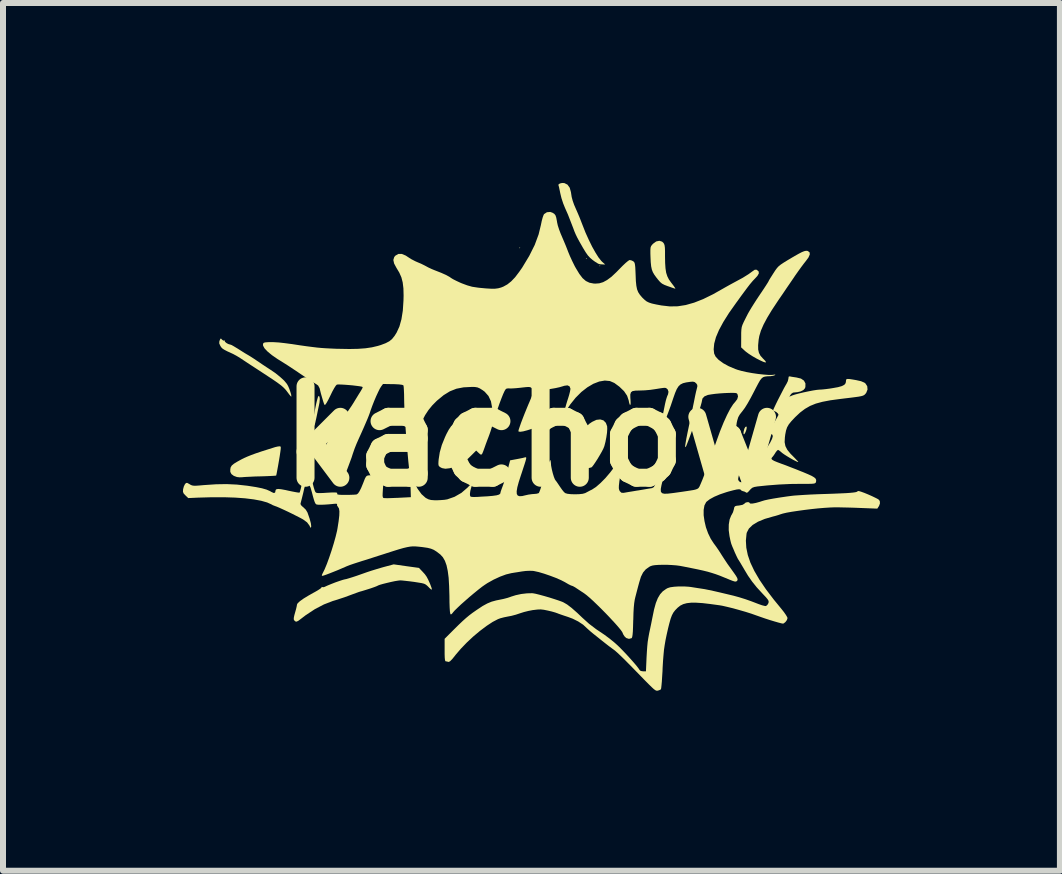
<source format=kicad_pcb>
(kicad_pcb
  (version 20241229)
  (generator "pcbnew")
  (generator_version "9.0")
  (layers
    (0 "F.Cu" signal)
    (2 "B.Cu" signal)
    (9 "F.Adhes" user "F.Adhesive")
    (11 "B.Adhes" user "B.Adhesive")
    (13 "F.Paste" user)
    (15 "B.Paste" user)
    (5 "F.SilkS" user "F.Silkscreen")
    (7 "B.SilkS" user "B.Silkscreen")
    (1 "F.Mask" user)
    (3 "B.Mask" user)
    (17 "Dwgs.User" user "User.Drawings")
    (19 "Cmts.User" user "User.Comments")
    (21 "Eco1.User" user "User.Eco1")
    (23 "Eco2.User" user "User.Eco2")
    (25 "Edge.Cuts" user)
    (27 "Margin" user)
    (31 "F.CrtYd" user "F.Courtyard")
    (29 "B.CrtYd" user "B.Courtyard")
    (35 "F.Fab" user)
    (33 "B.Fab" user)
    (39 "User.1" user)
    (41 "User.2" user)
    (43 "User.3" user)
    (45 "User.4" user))
  (footprint "kachow"
    (layer "F.Cu")
    (at 5.817 4.225)
    (property "Reference" "kachow" (at 0 0 0) (layer "F.SilkS") (effects (font (size 1.524 1.524) (thickness 0.3))))
    (attr board_only exclude_from_pos_files exclude_from_bom)
    (fp_poly (pts (xy -0.195 -3.143) (xy -0.203 -3.136) (xy -0.21 -3.143) (xy -0.203 -3.151)) (stroke (width 0) (type solid)) (fill yes) (layer "F.SilkS"))
    (fp_poly (pts (xy 0.915 -2.963) (xy 0.908 -2.956) (xy 0.9 -2.963) (xy 0.908 -2.971)) (stroke (width 0) (type solid)) (fill yes) (layer "F.SilkS"))
    (fp_poly (pts (xy 1.14 -2.843) (xy 1.133 -2.836) (xy 1.125 -2.843) (xy 1.133 -2.851)) (stroke (width 0) (type solid)) (fill yes) (layer "F.SilkS"))
    (fp_poly (pts (xy 3.579 -0.161) (xy 3.581 -0.142) (xy 3.574 -0.107) (xy 3.56 -0.07) (xy 3.544 -0.042) (xy 3.537 -0.035) (xy 3.528 -0.039) (xy 3.528 -0.069) (xy 3.53 -0.083) (xy 3.542 -0.129) (xy 3.558 -0.158) (xy 3.575 -0.164)) (stroke (width 0) (type solid)) (fill yes) (layer "F.SilkS"))
    (fp_poly (pts (xy -2.505 0.061) (xy -2.504 0.068) (xy -2.499 0.104) (xy -2.495 0.159) (xy -2.493 0.224) (xy -2.492 0.241) (xy -2.49 0.37) (xy -2.566 0.372) (xy -2.613 0.37) (xy -2.636 0.362) (xy -2.641 0.352) (xy -2.635 0.33) (xy -2.62 0.287) (xy -2.598 0.23) (xy -2.577 0.177) (xy -2.549 0.111) (xy -2.53 0.069) (xy -2.518 0.049) (xy -2.511 0.048)) (stroke (width 0) (type solid)) (fill yes) (layer "F.SilkS"))
    (fp_poly (pts (xy -3.541 -0.662) (xy -3.536 -0.623) (xy -3.541 -0.564) (xy -3.551 -0.514) (xy -3.565 -0.448) (xy -3.581 -0.369) (xy -3.597 -0.292) (xy -3.599 -0.285) (xy -3.612 -0.225) (xy -3.622 -0.19) (xy -3.63 -0.177) (xy -3.638 -0.182) (xy -3.642 -0.188) (xy -3.649 -0.214) (xy -3.649 -0.255) (xy -3.64 -0.317) (xy -3.636 -0.338) (xy -3.614 -0.455) (xy -3.595 -0.549) (xy -3.578 -0.618) (xy -3.565 -0.661) (xy -3.556 -0.675)) (stroke (width 0) (type solid)) (fill yes) (layer "F.SilkS"))
    (fp_poly (pts (xy 1.193 -0.267) (xy 1.233 -0.226) (xy 1.254 -0.169) (xy 1.256 -0.125) (xy 1.252 -0.061) (xy 1.241 0.014) (xy 1.226 0.091) (xy 1.208 0.161) (xy 1.205 0.169) (xy 1.19 0.206) (xy 1.163 0.258) (xy 1.129 0.317) (xy 1.092 0.379) (xy 1.055 0.436) (xy 1.023 0.482) (xy 1 0.511) (xy 0.994 0.515) (xy 0.965 0.524) (xy 0.92 0.531) (xy 0.872 0.533) (xy 0.835 0.531) (xy 0.833 0.53) (xy 0.784 0.503) (xy 0.745 0.458) (xy 0.727 0.413) (xy 0.723 0.337) (xy 0.733 0.245) (xy 0.757 0.145) (xy 0.792 0.047) (xy 0.812 0.003) (xy 0.853 -0.076) (xy 0.887 -0.133) (xy 0.92 -0.175) (xy 0.955 -0.209) (xy 0.999 -0.239) (xy 1.003 -0.242) (xy 1.075 -0.276) (xy 1.139 -0.283)) (stroke (width 0) (type solid)) (fill yes) (layer "F.SilkS"))
    (fp_poly (pts (xy 2.17 -3.247) (xy 2.192 -3.227) (xy 2.204 -3.208) (xy 2.212 -3.183) (xy 2.217 -3.145) (xy 2.219 -3.09) (xy 2.219 -3.01) (xy 2.219 -3.003) (xy 2.221 -2.89) (xy 2.227 -2.801) (xy 2.238 -2.729) (xy 2.257 -2.67) (xy 2.284 -2.616) (xy 2.322 -2.563) (xy 2.329 -2.554) (xy 2.362 -2.511) (xy 2.384 -2.479) (xy 2.392 -2.463) (xy 2.391 -2.462) (xy 2.371 -2.468) (xy 2.332 -2.481) (xy 2.279 -2.5) (xy 2.266 -2.504) (xy 2.209 -2.526) (xy 2.169 -2.547) (xy 2.137 -2.574) (xy 2.102 -2.614) (xy 2.076 -2.647) (xy 2.041 -2.695) (xy 2.016 -2.738) (xy 1.999 -2.783) (xy 1.988 -2.835) (xy 1.981 -2.903) (xy 1.977 -2.99) (xy 1.975 -3.049) (xy 1.975 -3.108) (xy 1.978 -3.147) (xy 1.987 -3.173) (xy 2.005 -3.196) (xy 2.021 -3.213) (xy 2.072 -3.25) (xy 2.124 -3.261)) (stroke (width 0) (type solid)) (fill yes) (layer "F.SilkS"))
    (fp_poly (pts (xy -4.196 0.166) (xy -4.189 0.172) (xy -4.186 0.187) (xy -4.188 0.215) (xy -4.194 0.26) (xy -4.204 0.328) (xy -4.217 0.406) (xy -4.231 0.487) (xy -4.244 0.558) (xy -4.254 0.612) (xy -4.261 0.645) (xy -4.264 0.653) (xy -4.28 0.655) (xy -4.321 0.658) (xy -4.382 0.661) (xy -4.458 0.664) (xy -4.524 0.666) (xy -4.612 0.668) (xy -4.692 0.672) (xy -4.759 0.675) (xy -4.806 0.678) (xy -4.823 0.68) (xy -4.872 0.682) (xy -4.917 0.677) (xy -4.969 0.658) (xy -5.009 0.628) (xy -5.027 0.593) (xy -5.028 0.589) (xy -5.028 0.547) (xy -5.021 0.513) (xy -5.002 0.484) (xy -4.967 0.455) (xy -4.913 0.422) (xy -4.846 0.385) (xy -4.797 0.36) (xy -4.742 0.336) (xy -4.678 0.31) (xy -4.601 0.282) (xy -4.506 0.25) (xy -4.389 0.213) (xy -4.282 0.179) (xy -4.24 0.169) (xy -4.207 0.165)) (stroke (width 0) (type solid)) (fill yes) (layer "F.SilkS"))
    (fp_poly (pts (xy 0.541 -4.223) (xy 0.593 -4.197) (xy 0.63 -4.146) (xy 0.651 -4.071) (xy 0.652 -4.062) (xy 0.663 -3.992) (xy 0.68 -3.928) (xy 0.704 -3.86) (xy 0.741 -3.775) (xy 0.742 -3.773) (xy 0.769 -3.711) (xy 0.801 -3.634) (xy 0.832 -3.554) (xy 0.846 -3.518) (xy 0.895 -3.394) (xy 0.949 -3.275) (xy 1.004 -3.163) (xy 1.059 -3.065) (xy 1.11 -2.984) (xy 1.157 -2.925) (xy 1.175 -2.907) (xy 1.222 -2.866) (xy 1.177 -2.867) (xy 1.137 -2.87) (xy 1.11 -2.877) (xy 1.087 -2.89) (xy 1.048 -2.915) (xy 1.011 -2.942) (xy 0.971 -2.976) (xy 0.933 -3.017) (xy 0.894 -3.073) (xy 0.848 -3.149) (xy 0.846 -3.153) (xy 0.795 -3.242) (xy 0.757 -3.312) (xy 0.729 -3.37) (xy 0.707 -3.422) (xy 0.691 -3.466) (xy 0.601 -3.698) (xy 0.551 -3.811) (xy 0.521 -3.885) (xy 0.493 -3.971) (xy 0.474 -4.049) (xy 0.474 -4.049) (xy 0.462 -4.107) (xy 0.452 -4.155) (xy 0.444 -4.183) (xy 0.442 -4.186) (xy 0.445 -4.203) (xy 0.469 -4.217) (xy 0.504 -4.225)) (stroke (width 0) (type solid)) (fill yes) (layer "F.SilkS"))
    (fp_poly (pts (xy -5.168 -1.615) (xy -5.145 -1.597) (xy -5.13 -1.599) (xy -5.118 -1.601) (xy -5.122 -1.593) (xy -5.116 -1.577) (xy -5.093 -1.557) (xy -5.061 -1.54) (xy -5.03 -1.531) (xy -5.026 -1.53) (xy -5.006 -1.523) (xy -4.969 -1.502) (xy -4.921 -1.473) (xy -4.909 -1.466) (xy -4.849 -1.428) (xy -4.789 -1.39) (xy -4.74 -1.361) (xy -4.739 -1.361) (xy -4.693 -1.333) (xy -4.634 -1.295) (xy -4.573 -1.254) (xy -4.559 -1.245) (xy -4.495 -1.201) (xy -4.427 -1.156) (xy -4.369 -1.118) (xy -4.361 -1.113) (xy -4.277 -1.056) (xy -4.199 -0.993) (xy -4.132 -0.932) (xy -4.086 -0.877) (xy -4.083 -0.873) (xy -4.064 -0.839) (xy -4.044 -0.793) (xy -4.027 -0.743) (xy -4.014 -0.7) (xy -4.01 -0.67) (xy -4.012 -0.664) (xy -4.023 -0.672) (xy -4.045 -0.699) (xy -4.069 -0.731) (xy -4.093 -0.763) (xy -4.118 -0.792) (xy -4.146 -0.82) (xy -4.182 -0.851) (xy -4.229 -0.886) (xy -4.29 -0.929) (xy -4.368 -0.981) (xy -4.468 -1.047) (xy -4.508 -1.073) (xy -4.595 -1.13) (xy -4.678 -1.184) (xy -4.751 -1.232) (xy -4.81 -1.271) (xy -4.851 -1.298) (xy -4.861 -1.305) (xy -4.915 -1.338) (xy -4.979 -1.373) (xy -5.011 -1.388) (xy -5.079 -1.419) (xy -5.125 -1.443) (xy -5.155 -1.462) (xy -5.176 -1.482) (xy -5.192 -1.506) (xy -5.194 -1.51) (xy -5.212 -1.549) (xy -5.211 -1.582) (xy -5.205 -1.6) (xy -5.193 -1.628) (xy -5.182 -1.631)) (stroke (width 0) (type solid)) (fill yes) (layer "F.SilkS"))
    (fp_poly (pts (xy 4.592 -3.093) (xy 4.602 -3.089) (xy 4.63 -3.067) (xy 4.632 -3.032) (xy 4.61 -2.982) (xy 4.568 -2.925) (xy 4.534 -2.882) (xy 4.489 -2.822) (xy 4.437 -2.75) (xy 4.385 -2.676) (xy 4.372 -2.656) (xy 4.316 -2.574) (xy 4.25 -2.478) (xy 4.182 -2.377) (xy 4.117 -2.283) (xy 4.097 -2.253) (xy 3.999 -2.105) (xy 3.921 -1.976) (xy 3.861 -1.863) (xy 3.818 -1.764) (xy 3.791 -1.674) (xy 3.78 -1.613) (xy 3.771 -1.519) (xy 3.772 -1.448) (xy 3.785 -1.392) (xy 3.81 -1.345) (xy 3.85 -1.3) (xy 3.854 -1.296) (xy 3.89 -1.259) (xy 3.903 -1.237) (xy 3.891 -1.233) (xy 3.856 -1.244) (xy 3.795 -1.272) (xy 3.745 -1.298) (xy 3.68 -1.335) (xy 3.616 -1.376) (xy 3.566 -1.413) (xy 3.552 -1.425) (xy 3.488 -1.484) (xy 3.489 -1.654) (xy 3.489 -1.728) (xy 3.492 -1.782) (xy 3.498 -1.823) (xy 3.51 -1.86) (xy 3.529 -1.903) (xy 3.545 -1.935) (xy 3.574 -1.993) (xy 3.6 -2.044) (xy 3.628 -2.093) (xy 3.659 -2.145) (xy 3.696 -2.204) (xy 3.742 -2.276) (xy 3.8 -2.363) (xy 3.858 -2.449) (xy 3.894 -2.504) (xy 3.923 -2.549) (xy 3.941 -2.579) (xy 3.946 -2.588) (xy 3.953 -2.603) (xy 3.974 -2.638) (xy 4.004 -2.685) (xy 4.026 -2.72) (xy 4.058 -2.769) (xy 4.086 -2.807) (xy 4.114 -2.837) (xy 4.149 -2.865) (xy 4.197 -2.897) (xy 4.262 -2.937) (xy 4.289 -2.953) (xy 4.38 -3.007) (xy 4.45 -3.046) (xy 4.502 -3.073) (xy 4.54 -3.088) (xy 4.569 -3.094)) (stroke (width 0) (type solid)) (fill yes) (layer "F.SilkS"))
    (fp_poly (pts (xy -2.093 2.163) (xy -1.883 2.192) (xy -1.821 2.257) (xy -1.784 2.298) (xy -1.755 2.339) (xy -1.729 2.388) (xy -1.699 2.455) (xy -1.689 2.481) (xy -1.671 2.53) (xy -1.668 2.553) (xy -1.681 2.551) (xy -1.71 2.525) (xy -1.722 2.512) (xy -1.748 2.487) (xy -1.771 2.469) (xy -1.797 2.456) (xy -1.835 2.446) (xy -1.89 2.437) (xy -1.959 2.426) (xy -2.035 2.416) (xy -2.106 2.408) (xy -2.163 2.402) (xy -2.195 2.4) (xy -2.231 2.404) (xy -2.286 2.413) (xy -2.351 2.427) (xy -2.419 2.443) (xy -2.483 2.459) (xy -2.535 2.474) (xy -2.567 2.486) (xy -2.573 2.49) (xy -2.593 2.499) (xy -2.633 2.514) (xy -2.687 2.533) (xy -2.747 2.552) (xy -2.805 2.57) (xy -2.852 2.584) (xy -2.858 2.585) (xy -2.886 2.594) (xy -2.933 2.611) (xy -2.988 2.631) (xy -2.993 2.633) (xy -3.063 2.659) (xy -3.126 2.682) (xy -3.193 2.704) (xy -3.273 2.73) (xy -3.32 2.744) (xy -3.467 2.801) (xy -3.62 2.881) (xy -3.77 2.98) (xy -3.85 3.041) (xy -3.894 3.074) (xy -3.923 3.088) (xy -3.944 3.084) (xy -3.961 3.068) (xy -3.97 3.05) (xy -3.969 3.023) (xy -3.96 2.98) (xy -3.948 2.937) (xy -3.932 2.88) (xy -3.921 2.833) (xy -3.916 2.804) (xy -3.916 2.802) (xy -3.903 2.779) (xy -3.865 2.745) (xy -3.806 2.703) (xy -3.729 2.656) (xy -3.637 2.604) (xy -3.62 2.595) (xy -3.568 2.565) (xy -3.528 2.539) (xy -3.508 2.521) (xy -3.506 2.515) (xy -3.505 2.508) (xy -3.499 2.511) (xy -3.473 2.514) (xy -3.455 2.508) (xy -3.407 2.486) (xy -3.344 2.46) (xy -3.275 2.433) (xy -3.209 2.41) (xy -3.154 2.392) (xy -3.128 2.385) (xy -3.094 2.378) (xy -3.05 2.365) (xy -2.995 2.348) (xy -2.922 2.324) (xy -2.828 2.291) (xy -2.746 2.262) (xy -2.673 2.238) (xy -2.585 2.211) (xy -2.497 2.185) (xy -2.461 2.175) (xy -2.304 2.133)) (stroke (width 0) (type solid)) (fill yes) (layer "F.SilkS"))
    (fp_poly (pts (xy 5.45 0.911) (xy 5.488 0.922) (xy 5.541 0.941) (xy 5.604 0.967) (xy 5.672 0.997) (xy 5.738 1.029) (xy 5.776 1.049) (xy 5.799 1.076) (xy 5.802 1.117) (xy 5.786 1.162) (xy 5.783 1.165) (xy 5.758 1.204) (xy 5.478 1.193) (xy 5.377 1.189) (xy 5.273 1.186) (xy 5.177 1.184) (xy 5.095 1.182) (xy 5.051 1.182) (xy 4.972 1.185) (xy 4.877 1.191) (xy 4.77 1.2) (xy 4.657 1.212) (xy 4.543 1.226) (xy 4.434 1.241) (xy 4.334 1.256) (xy 4.249 1.271) (xy 4.184 1.286) (xy 4.148 1.297) (xy 4.107 1.311) (xy 4.053 1.327) (xy 4.021 1.335) (xy 3.883 1.375) (xy 3.769 1.422) (xy 3.68 1.476) (xy 3.617 1.537) (xy 3.583 1.602) (xy 3.578 1.622) (xy 3.567 1.738) (xy 3.574 1.856) (xy 3.599 1.978) (xy 3.643 2.106) (xy 3.708 2.243) (xy 3.793 2.389) (xy 3.901 2.548) (xy 4.032 2.72) (xy 4.159 2.875) (xy 4.201 2.928) (xy 4.235 2.977) (xy 4.256 3.013) (xy 4.261 3.029) (xy 4.251 3.061) (xy 4.227 3.094) (xy 4.198 3.117) (xy 4.185 3.121) (xy 4.158 3.116) (xy 4.108 3.103) (xy 4.042 3.084) (xy 3.966 3.061) (xy 3.886 3.035) (xy 3.808 3.008) (xy 3.737 2.983) (xy 3.658 2.955) (xy 3.563 2.925) (xy 3.459 2.895) (xy 3.355 2.866) (xy 3.257 2.842) (xy 3.174 2.823) (xy 3.127 2.815) (xy 2.973 2.794) (xy 2.845 2.779) (xy 2.739 2.772) (xy 2.653 2.772) (xy 2.582 2.78) (xy 2.523 2.796) (xy 2.473 2.821) (xy 2.429 2.856) (xy 2.387 2.899) (xy 2.358 2.937) (xy 2.334 2.982) (xy 2.312 3.041) (xy 2.29 3.12) (xy 2.271 3.196) (xy 2.247 3.302) (xy 2.228 3.393) (xy 2.214 3.475) (xy 2.202 3.556) (xy 2.194 3.642) (xy 2.186 3.74) (xy 2.179 3.859) (xy 2.177 3.917) (xy 2.171 4.007) (xy 2.166 4.087) (xy 2.16 4.152) (xy 2.155 4.197) (xy 2.15 4.217) (xy 2.15 4.217) (xy 2.127 4.229) (xy 2.1 4.238) (xy 2.081 4.24) (xy 2.061 4.233) (xy 2.034 4.214) (xy 1.998 4.181) (xy 1.946 4.13) (xy 1.927 4.111) (xy 1.868 4.051) (xy 1.796 3.977) (xy 1.718 3.897) (xy 1.642 3.819) (xy 1.607 3.784) (xy 1.543 3.719) (xy 1.481 3.659) (xy 1.427 3.608) (xy 1.385 3.571) (xy 1.365 3.556) (xy 1.331 3.531) (xy 1.281 3.494) (xy 1.221 3.447) (xy 1.155 3.395) (xy 1.089 3.342) (xy 1.026 3.292) (xy 0.973 3.248) (xy 0.935 3.214) (xy 0.915 3.196) (xy 0.854 3.139) (xy 0.772 3.085) (xy 0.678 3.038) (xy 0.6 3.009) (xy 0.536 2.988) (xy 0.478 2.968) (xy 0.436 2.953) (xy 0.427 2.949) (xy 0.39 2.936) (xy 0.335 2.92) (xy 0.272 2.905) (xy 0.263 2.903) (xy 0.199 2.89) (xy 0.147 2.884) (xy 0.094 2.886) (xy 0.027 2.894) (xy 0.016 2.895) (xy -0.057 2.909) (xy -0.133 2.928) (xy -0.196 2.948) (xy -0.202 2.95) (xy -0.268 2.972) (xy -0.344 2.992) (xy -0.397 3.002) (xy -0.462 3.015) (xy -0.524 3.031) (xy -0.565 3.046) (xy -0.655 3.093) (xy -0.757 3.16) (xy -0.867 3.243) (xy -0.978 3.336) (xy -1.085 3.436) (xy -1.184 3.539) (xy -1.269 3.638) (xy -1.279 3.651) (xy -1.328 3.712) (xy -1.364 3.748) (xy -1.387 3.76) (xy -1.39 3.759) (xy -1.424 3.751) (xy -1.434 3.751) (xy -1.443 3.745) (xy -1.449 3.727) (xy -1.453 3.69) (xy -1.455 3.631) (xy -1.455 3.563) (xy -1.455 3.374) (xy -1.302 3.221) (xy -1.221 3.141) (xy -1.156 3.079) (xy -1.099 3.028) (xy -1.045 2.983) (xy -0.988 2.94) (xy -0.922 2.894) (xy -0.91 2.886) (xy -0.821 2.827) (xy -0.744 2.785) (xy -0.672 2.755) (xy -0.595 2.734) (xy -0.54 2.723) (xy -0.472 2.709) (xy -0.404 2.691) (xy -0.351 2.673) (xy -0.35 2.672) (xy -0.27 2.647) (xy -0.177 2.627) (xy -0.082 2.616) (xy 0.003 2.614) (xy 0.023 2.616) (xy 0.066 2.624) (xy 0.129 2.64) (xy 0.206 2.661) (xy 0.289 2.685) (xy 0.371 2.711) (xy 0.444 2.735) (xy 0.502 2.756) (xy 0.525 2.766) (xy 0.587 2.802) (xy 0.663 2.86) (xy 0.756 2.942) (xy 0.84 3.022) (xy 0.952 3.123) (xy 1.07 3.213) (xy 1.131 3.254) (xy 1.208 3.306) (xy 1.293 3.369) (xy 1.372 3.433) (xy 1.406 3.463) (xy 1.456 3.51) (xy 1.514 3.569) (xy 1.575 3.633) (xy 1.636 3.7) (xy 1.692 3.763) (xy 1.74 3.819) (xy 1.775 3.864) (xy 1.794 3.892) (xy 1.796 3.895) (xy 1.815 3.91) (xy 1.851 3.916) (xy 1.852 3.916) (xy 1.901 3.916) (xy 1.911 3.687) (xy 1.917 3.583) (xy 1.923 3.5) (xy 1.93 3.428) (xy 1.941 3.358) (xy 1.955 3.281) (xy 1.973 3.196) (xy 1.987 3.129) (xy 2 3.064) (xy 2.01 3.014) (xy 2.037 2.883) (xy 2.066 2.778) (xy 2.099 2.696) (xy 2.137 2.632) (xy 2.182 2.582) (xy 2.237 2.543) (xy 2.262 2.529) (xy 2.306 2.515) (xy 2.372 2.506) (xy 2.45 2.501) (xy 2.534 2.501) (xy 2.614 2.506) (xy 2.648 2.51) (xy 2.705 2.519) (xy 2.774 2.53) (xy 2.821 2.537) (xy 2.879 2.546) (xy 2.948 2.56) (xy 3.033 2.578) (xy 3.137 2.602) (xy 3.263 2.632) (xy 3.363 2.656) (xy 3.454 2.681) (xy 3.557 2.713) (xy 3.656 2.748) (xy 3.706 2.767) (xy 3.776 2.794) (xy 3.836 2.815) (xy 3.88 2.826) (xy 3.902 2.828) (xy 3.926 2.808) (xy 3.943 2.779) (xy 3.947 2.759) (xy 3.944 2.74) (xy 3.93 2.716) (xy 3.902 2.682) (xy 3.856 2.633) (xy 3.842 2.618) (xy 3.748 2.516) (xy 3.671 2.42) (xy 3.602 2.321) (xy 3.533 2.206) (xy 3.533 2.205) (xy 3.499 2.148) (xy 3.47 2.099) (xy 3.449 2.065) (xy 3.442 2.055) (xy 3.428 2.031) (xy 3.407 1.987) (xy 3.383 1.935) (xy 3.361 1.882) (xy 3.341 1.836) (xy 3.33 1.808) (xy 3.32 1.779) (xy 3.308 1.73) (xy 3.296 1.672) (xy 3.294 1.662) (xy 3.281 1.563) (xy 3.282 1.468) (xy 3.296 1.384) (xy 3.322 1.319) (xy 3.328 1.31) (xy 3.352 1.265) (xy 3.367 1.214) (xy 3.367 1.213) (xy 3.374 1.181) (xy 3.387 1.164) (xy 3.414 1.156) (xy 3.453 1.152) (xy 3.51 1.141) (xy 3.541 1.123) (xy 3.543 1.12) (xy 3.564 1.103) (xy 3.593 1.096) (xy 3.62 1.098) (xy 3.631 1.112) (xy 3.644 1.12) (xy 3.68 1.119) (xy 3.733 1.109) (xy 3.798 1.091) (xy 3.831 1.08) (xy 3.877 1.066) (xy 3.94 1.052) (xy 4.021 1.037) (xy 4.125 1.02) (xy 4.254 1.001) (xy 4.33 0.991) (xy 4.377 0.986) (xy 4.449 0.981) (xy 4.54 0.975) (xy 4.646 0.969) (xy 4.761 0.964) (xy 4.879 0.96) (xy 4.885 0.96) (xy 5.027 0.955) (xy 5.143 0.95) (xy 5.234 0.946) (xy 5.304 0.941) (xy 5.355 0.936) (xy 5.391 0.931) (xy 5.414 0.925) (xy 5.428 0.917) (xy 5.434 0.911)) (stroke (width 0) (type solid)) (fill yes) (layer "F.SilkS"))
    (fp_poly (pts (xy 0.343 -3.729) (xy 0.372 -3.711) (xy 0.392 -3.687) (xy 0.405 -3.65) (xy 0.416 -3.594) (xy 0.42 -3.568) (xy 0.432 -3.515) (xy 0.454 -3.447) (xy 0.481 -3.376) (xy 0.492 -3.351) (xy 0.526 -3.271) (xy 0.564 -3.181) (xy 0.597 -3.097) (xy 0.602 -3.083) (xy 0.633 -3.008) (xy 0.673 -2.921) (xy 0.714 -2.838) (xy 0.732 -2.806) (xy 0.79 -2.71) (xy 0.844 -2.639) (xy 0.899 -2.591) (xy 0.959 -2.562) (xy 1.027 -2.549) (xy 1.056 -2.547) (xy 1.123 -2.552) (xy 1.187 -2.571) (xy 1.253 -2.607) (xy 1.326 -2.661) (xy 1.408 -2.738) (xy 1.455 -2.786) (xy 1.513 -2.845) (xy 1.564 -2.893) (xy 1.604 -2.926) (xy 1.628 -2.94) (xy 1.63 -2.941) (xy 1.665 -2.932) (xy 1.69 -2.919) (xy 1.703 -2.907) (xy 1.712 -2.891) (xy 1.718 -2.864) (xy 1.723 -2.822) (xy 1.726 -2.759) (xy 1.729 -2.69) (xy 1.733 -2.589) (xy 1.741 -2.512) (xy 1.753 -2.452) (xy 1.772 -2.404) (xy 1.8 -2.361) (xy 1.838 -2.316) (xy 1.848 -2.306) (xy 1.881 -2.275) (xy 1.913 -2.25) (xy 1.952 -2.231) (xy 2.001 -2.215) (xy 2.069 -2.2) (xy 2.159 -2.183) (xy 2.168 -2.182) (xy 2.299 -2.167) (xy 2.43 -2.169) (xy 2.564 -2.19) (xy 2.705 -2.23) (xy 2.855 -2.289) (xy 3.02 -2.37) (xy 3.153 -2.445) (xy 3.225 -2.486) (xy 3.302 -2.529) (xy 3.37 -2.566) (xy 3.398 -2.581) (xy 3.516 -2.645) (xy 3.612 -2.705) (xy 3.681 -2.755) (xy 3.715 -2.778) (xy 3.742 -2.779) (xy 3.75 -2.776) (xy 3.78 -2.75) (xy 3.783 -2.717) (xy 3.759 -2.675) (xy 3.725 -2.638) (xy 3.683 -2.594) (xy 3.634 -2.536) (xy 3.588 -2.476) (xy 3.582 -2.468) (xy 3.538 -2.409) (xy 3.485 -2.337) (xy 3.432 -2.263) (xy 3.406 -2.228) (xy 3.287 -2.06) (xy 3.192 -1.909) (xy 3.119 -1.774) (xy 3.068 -1.654) (xy 3.039 -1.547) (xy 3.03 -1.452) (xy 3.038 -1.381) (xy 3.063 -1.329) (xy 3.114 -1.275) (xy 3.188 -1.221) (xy 3.281 -1.17) (xy 3.39 -1.124) (xy 3.429 -1.11) (xy 3.497 -1.091) (xy 3.581 -1.072) (xy 3.675 -1.055) (xy 3.771 -1.041) (xy 3.863 -1.031) (xy 3.942 -1.025) (xy 4.002 -1.025) (xy 4.021 -1.027) (xy 4.053 -1.031) (xy 4.058 -1.027) (xy 4.051 -1.021) (xy 4.022 -1.011) (xy 3.978 -1.004) (xy 3.968 -1.004) (xy 3.921 -1.002) (xy 3.884 -0.997) (xy 3.854 -0.987) (xy 3.828 -0.966) (xy 3.802 -0.933) (xy 3.773 -0.882) (xy 3.736 -0.812) (xy 3.7 -0.742) (xy 3.647 -0.641) (xy 3.596 -0.55) (xy 3.55 -0.476) (xy 3.511 -0.423) (xy 3.506 -0.417) (xy 3.466 -0.366) (xy 3.44 -0.321) (xy 3.424 -0.27) (xy 3.414 -0.226) (xy 3.403 -0.139) (xy 3.407 -0.072) (xy 3.429 -0.018) (xy 3.46 0.02) (xy 3.499 0.059) (xy 3.474 0.154) (xy 3.457 0.227) (xy 3.453 0.277) (xy 3.464 0.31) (xy 3.49 0.33) (xy 3.503 0.335) (xy 3.536 0.346) (xy 3.552 0.352) (xy 3.552 0.352) (xy 3.548 0.366) (xy 3.537 0.403) (xy 3.518 0.457) (xy 3.496 0.519) (xy 3.467 0.598) (xy 3.449 0.655) (xy 3.44 0.693) (xy 3.438 0.719) (xy 3.445 0.736) (xy 3.454 0.747) (xy 3.468 0.759) (xy 3.483 0.764) (xy 3.5 0.761) (xy 3.521 0.747) (xy 3.548 0.72) (xy 3.582 0.679) (xy 3.626 0.621) (xy 3.679 0.545) (xy 3.746 0.449) (xy 3.826 0.33) (xy 3.866 0.27) (xy 3.929 0.173) (xy 3.975 0.098) (xy 4.003 0.041) (xy 4.015 0.000495) (xy 4.011 -0.025) (xy 3.992 -0.039) (xy 3.98 -0.042) (xy 3.953 -0.051) (xy 3.946 -0.061) (xy 3.953 -0.08) (xy 3.973 -0.117) (xy 4.002 -0.168) (xy 4.028 -0.213) (xy 4.062 -0.27) (xy 4.089 -0.318) (xy 4.106 -0.35) (xy 4.111 -0.361) (xy 4.099 -0.384) (xy 4.073 -0.407) (xy 4.046 -0.42) (xy 4.042 -0.42) (xy 4.023 -0.428) (xy 4.021 -0.433) (xy 4.027 -0.452) (xy 4.045 -0.491) (xy 4.071 -0.546) (xy 4.103 -0.611) (xy 4.138 -0.679) (xy 4.172 -0.745) (xy 4.203 -0.805) (xy 4.229 -0.851) (xy 4.245 -0.878) (xy 4.266 -0.921) (xy 4.276 -0.963) (xy 4.276 -0.965) (xy 4.28 -0.995) (xy 4.295 -1.001) (xy 4.302 -1) (xy 4.331 -0.994) (xy 4.378 -0.987) (xy 4.411 -0.982) (xy 4.485 -0.964) (xy 4.535 -0.93) (xy 4.56 -0.883) (xy 4.559 -0.825) (xy 4.552 -0.803) (xy 4.526 -0.773) (xy 4.48 -0.75) (xy 4.423 -0.737) (xy 4.398 -0.735) (xy 4.353 -0.73) (xy 4.325 -0.711) (xy 4.315 -0.698) (xy 4.291 -0.662) (xy 4.346 -0.685) (xy 4.389 -0.699) (xy 4.453 -0.716) (xy 4.529 -0.734) (xy 4.61 -0.751) (xy 4.687 -0.766) (xy 4.752 -0.776) (xy 4.796 -0.78) (xy 4.799 -0.78) (xy 4.837 -0.782) (xy 4.895 -0.788) (xy 4.965 -0.797) (xy 5.014 -0.805) (xy 5.104 -0.821) (xy 5.167 -0.839) (xy 5.208 -0.86) (xy 5.23 -0.888) (xy 5.236 -0.923) (xy 5.236 -0.923) (xy 5.237 -0.942) (xy 5.245 -0.954) (xy 5.264 -0.958) (xy 5.299 -0.956) (xy 5.356 -0.947) (xy 5.407 -0.938) (xy 5.487 -0.92) (xy 5.541 -0.897) (xy 5.56 -0.883) (xy 5.59 -0.837) (xy 5.595 -0.782) (xy 5.574 -0.728) (xy 5.562 -0.712) (xy 5.55 -0.699) (xy 5.536 -0.688) (xy 5.517 -0.679) (xy 5.489 -0.671) (xy 5.448 -0.663) (xy 5.39 -0.655) (xy 5.313 -0.645) (xy 5.212 -0.633) (xy 5.131 -0.623) (xy 4.975 -0.602) (xy 4.844 -0.577) (xy 4.733 -0.547) (xy 4.637 -0.508) (xy 4.552 -0.459) (xy 4.471 -0.398) (xy 4.391 -0.323) (xy 4.384 -0.316) (xy 4.324 -0.252) (xy 4.282 -0.2) (xy 4.254 -0.151) (xy 4.236 -0.097) (xy 4.223 -0.03) (xy 4.217 0.019) (xy 4.213 0.096) (xy 4.226 0.162) (xy 4.258 0.224) (xy 4.312 0.29) (xy 4.345 0.323) (xy 4.387 0.366) (xy 4.42 0.401) (xy 4.439 0.422) (xy 4.441 0.426) (xy 4.429 0.426) (xy 4.399 0.412) (xy 4.355 0.39) (xy 4.304 0.361) (xy 4.253 0.33) (xy 4.207 0.301) (xy 4.172 0.276) (xy 4.163 0.268) (xy 4.131 0.241) (xy 4.107 0.226) (xy 4.102 0.225) (xy 4.086 0.237) (xy 4.063 0.266) (xy 4.059 0.274) (xy 4.034 0.312) (xy 4.013 0.34) (xy 4.01 0.342) (xy 3.996 0.36) (xy 3.994 0.375) (xy 4.007 0.39) (xy 4.038 0.408) (xy 4.091 0.43) (xy 4.168 0.459) (xy 4.186 0.465) (xy 4.242 0.486) (xy 4.316 0.515) (xy 4.402 0.548) (xy 4.488 0.583) (xy 4.512 0.592) (xy 4.6 0.629) (xy 4.664 0.658) (xy 4.706 0.683) (xy 4.73 0.705) (xy 4.739 0.727) (xy 4.737 0.753) (xy 4.734 0.764) (xy 4.728 0.775) (xy 4.717 0.782) (xy 4.696 0.787) (xy 4.66 0.79) (xy 4.605 0.791) (xy 4.526 0.791) (xy 4.489 0.791) (xy 4.312 0.793) (xy 4.119 0.802) (xy 3.926 0.817) (xy 3.761 0.834) (xy 3.708 0.843) (xy 3.672 0.857) (xy 3.643 0.883) (xy 3.63 0.898) (xy 3.601 0.93) (xy 3.581 0.94) (xy 3.568 0.933) (xy 3.537 0.917) (xy 3.523 0.915) (xy 3.494 0.904) (xy 3.485 0.894) (xy 3.473 0.884) (xy 3.451 0.881) (xy 3.414 0.885) (xy 3.357 0.898) (xy 3.278 0.919) (xy 3.241 0.93) (xy 3.134 0.966) (xy 3.04 1.006) (xy 2.965 1.047) (xy 2.912 1.088) (xy 2.904 1.097) (xy 2.876 1.151) (xy 2.863 1.225) (xy 2.863 1.314) (xy 2.877 1.412) (xy 2.901 1.515) (xy 2.937 1.615) (xy 2.982 1.708) (xy 3.035 1.789) (xy 3.04 1.795) (xy 3.071 1.837) (xy 3.111 1.895) (xy 3.151 1.957) (xy 3.162 1.975) (xy 3.208 2.046) (xy 3.261 2.126) (xy 3.312 2.197) (xy 3.318 2.205) (xy 3.368 2.275) (xy 3.402 2.324) (xy 3.422 2.359) (xy 3.429 2.382) (xy 3.426 2.399) (xy 3.418 2.41) (xy 3.403 2.419) (xy 3.382 2.419) (xy 3.348 2.409) (xy 3.294 2.388) (xy 3.285 2.384) (xy 3.202 2.35) (xy 3.131 2.321) (xy 3.065 2.297) (xy 3 2.276) (xy 2.932 2.256) (xy 2.855 2.237) (xy 2.765 2.217) (xy 2.657 2.195) (xy 2.526 2.169) (xy 2.468 2.158) (xy 2.408 2.15) (xy 2.33 2.144) (xy 2.245 2.14) (xy 2.188 2.14) (xy 2.108 2.142) (xy 2.052 2.146) (xy 2.012 2.152) (xy 1.98 2.162) (xy 1.955 2.175) (xy 1.897 2.217) (xy 1.853 2.269) (xy 1.818 2.339) (xy 1.79 2.43) (xy 1.769 2.507) (xy 1.747 2.591) (xy 1.728 2.665) (xy 1.726 2.671) (xy 1.714 2.723) (xy 1.705 2.782) (xy 1.698 2.854) (xy 1.693 2.943) (xy 1.69 3.056) (xy 1.689 3.067) (xy 1.686 3.173) (xy 1.683 3.252) (xy 1.678 3.308) (xy 1.672 3.343) (xy 1.665 3.36) (xy 1.663 3.363) (xy 1.618 3.375) (xy 1.573 3.361) (xy 1.546 3.336) (xy 1.525 3.305) (xy 1.515 3.283) (xy 1.515 3.282) (xy 1.505 3.26) (xy 1.476 3.22) (xy 1.431 3.166) (xy 1.374 3.102) (xy 1.308 3.031) (xy 1.236 2.955) (xy 1.162 2.88) (xy 1.088 2.807) (xy 1.018 2.74) (xy 0.955 2.683) (xy 0.902 2.639) (xy 0.87 2.615) (xy 0.797 2.567) (xy 0.744 2.532) (xy 0.709 2.51) (xy 0.686 2.497) (xy 0.673 2.492) (xy 0.666 2.49) (xy 0.647 2.483) (xy 0.609 2.464) (xy 0.561 2.436) (xy 0.549 2.429) (xy 0.485 2.396) (xy 0.4 2.359) (xy 0.305 2.323) (xy 0.206 2.289) (xy 0.115 2.262) (xy 0.038 2.245) (xy 0.02 2.242) (xy -0.034 2.24) (xy -0.102 2.243) (xy -0.166 2.251) (xy -0.232 2.262) (xy -0.297 2.272) (xy -0.345 2.28) (xy -0.431 2.301) (xy -0.531 2.338) (xy -0.637 2.387) (xy -0.741 2.445) (xy -0.785 2.474) (xy -0.835 2.509) (xy -0.897 2.558) (xy -0.967 2.615) (xy -1.041 2.677) (xy -1.114 2.741) (xy -1.183 2.802) (xy -1.242 2.858) (xy -1.288 2.903) (xy -1.316 2.935) (xy -1.322 2.944) (xy -1.341 2.964) (xy -1.355 2.967) (xy -1.361 2.953) (xy -1.367 2.917) (xy -1.371 2.856) (xy -1.374 2.769) (xy -1.375 2.661) (xy -1.38 2.496) (xy -1.388 2.357) (xy -1.403 2.242) (xy -1.423 2.149) (xy -1.45 2.074) (xy -1.484 2.015) (xy -1.526 1.969) (xy -1.535 1.962) (xy -1.59 1.92) (xy -1.636 1.891) (xy -1.682 1.872) (xy -1.737 1.858) (xy -1.811 1.847) (xy -1.834 1.844) (xy -1.891 1.838) (xy -1.939 1.834) (xy -1.984 1.833) (xy -2.03 1.837) (xy -2.08 1.846) (xy -2.14 1.86) (xy -2.214 1.881) (xy -2.307 1.91) (xy -2.423 1.947) (xy -2.453 1.957) (xy -2.554 1.989) (xy -2.656 2.022) (xy -2.752 2.053) (xy -2.834 2.078) (xy -2.895 2.098) (xy -2.896 2.098) (xy -2.967 2.121) (xy -3.034 2.144) (xy -3.088 2.165) (xy -3.106 2.173) (xy -3.164 2.198) (xy -3.231 2.227) (xy -3.301 2.255) (xy -3.369 2.282) (xy -3.427 2.304) (xy -3.471 2.319) (xy -3.493 2.325) (xy -3.494 2.325) (xy -3.503 2.318) (xy -3.494 2.293) (xy -3.489 2.284) (xy -3.455 2.215) (xy -3.417 2.123) (xy -3.378 2.016) (xy -3.339 1.9) (xy -3.303 1.783) (xy -3.272 1.672) (xy -3.248 1.573) (xy -3.241 1.534) (xy -3.222 1.413) (xy -3.211 1.318) (xy -3.209 1.249) (xy -3.216 1.202) (xy -3.231 1.178) (xy -3.231 1.177) (xy -3.248 1.153) (xy -3.248 1.138) (xy -3.248 1.126) (xy -3.264 1.122) (xy -3.301 1.124) (xy -3.326 1.127) (xy -3.393 1.133) (xy -3.468 1.138) (xy -3.508 1.139) (xy -3.559 1.139) (xy -3.59 1.135) (xy -3.606 1.123) (xy -3.618 1.1) (xy -3.622 1.091) (xy -3.635 1.052) (xy -3.651 0.996) (xy -3.667 0.934) (xy -3.668 0.93) (xy -3.69 0.854) (xy -3.714 0.804) (xy -3.738 0.781) (xy -3.761 0.786) (xy -3.782 0.82) (xy -3.795 0.866) (xy -3.812 0.941) (xy -3.832 1.022) (xy -3.851 1.096) (xy -3.858 1.124) (xy -3.85 1.145) (xy -3.824 1.171) (xy -3.812 1.18) (xy -3.769 1.222) (xy -3.74 1.271) (xy -3.74 1.272) (xy -3.705 1.373) (xy -3.685 1.448) (xy -3.679 1.496) (xy -3.68 1.505) (xy -3.685 1.523) (xy -3.693 1.518) (xy -3.708 1.488) (xy -3.709 1.485) (xy -3.748 1.433) (xy -3.813 1.385) (xy -3.86 1.359) (xy -3.923 1.327) (xy -3.996 1.29) (xy -4.072 1.253) (xy -4.145 1.219) (xy -4.209 1.19) (xy -4.256 1.17) (xy -4.276 1.163) (xy -4.318 1.147) (xy -4.343 1.133) (xy -4.414 1.101) (xy -4.513 1.073) (xy -4.636 1.05) (xy -4.782 1.032) (xy -4.948 1.02) (xy -5.133 1.014) (xy -5.332 1.014) (xy -5.545 1.02) (xy -5.554 1.02) (xy -5.729 1.028) (xy -5.776 0.983) (xy -5.806 0.951) (xy -5.817 0.922) (xy -5.815 0.883) (xy -5.814 0.878) (xy -5.802 0.833) (xy -5.784 0.797) (xy -5.781 0.792) (xy -5.763 0.776) (xy -5.746 0.775) (xy -5.718 0.79) (xy -5.706 0.797) (xy -5.684 0.81) (xy -5.662 0.818) (xy -5.635 0.822) (xy -5.597 0.822) (xy -5.54 0.818) (xy -5.461 0.811) (xy -5.458 0.811) (xy -5.265 0.798) (xy -5.089 0.795) (xy -4.92 0.803) (xy -4.747 0.822) (xy -4.726 0.825) (xy -4.599 0.845) (xy -4.499 0.865) (xy -4.423 0.887) (xy -4.366 0.912) (xy -4.344 0.925) (xy -4.306 0.943) (xy -4.282 0.938) (xy -4.276 0.915) (xy -4.272 0.893) (xy -4.257 0.88) (xy -4.227 0.876) (xy -4.179 0.881) (xy -4.108 0.894) (xy -4.055 0.906) (xy -3.987 0.92) (xy -3.929 0.931) (xy -3.89 0.937) (xy -3.873 0.937) (xy -3.873 0.937) (xy -3.866 0.919) (xy -3.854 0.875) (xy -3.839 0.81) (xy -3.82 0.727) (xy -3.8 0.631) (xy -3.779 0.525) (xy -3.776 0.51) (xy -3.742 0.338) (xy -3.722 0.458) (xy -3.708 0.535) (xy -3.692 0.619) (xy -3.673 0.704) (xy -3.654 0.783) (xy -3.637 0.85) (xy -3.622 0.898) (xy -3.614 0.918) (xy -3.606 0.931) (xy -3.593 0.94) (xy -3.571 0.944) (xy -3.534 0.945) (xy -3.476 0.943) (xy -3.417 0.939) (xy -3.341 0.935) (xy -3.29 0.934) (xy -3.26 0.936) (xy -3.247 0.941) (xy -3.245 0.949) (xy -3.246 0.952) (xy -3.246 0.963) (xy -3.234 0.969) (xy -3.205 0.973) (xy -3.155 0.975) (xy -3.099 0.975) (xy -3.031 0.974) (xy -2.973 0.972) (xy -2.933 0.969) (xy -2.919 0.966) (xy -2.898 0.95) (xy -2.875 0.916) (xy -2.847 0.861) (xy -2.814 0.781) (xy -2.805 0.758) (xy -2.784 0.704) (xy -2.767 0.673) (xy -2.751 0.657) (xy -2.728 0.65) (xy -2.706 0.649) (xy -2.658 0.648) (xy -2.597 0.652) (xy -2.558 0.656) (xy -2.508 0.664) (xy -2.482 0.672) (xy -2.471 0.685) (xy -2.471 0.705) (xy -2.473 0.737) (xy -2.477 0.789) (xy -2.482 0.853) (xy -2.484 0.881) (xy -2.488 0.949) (xy -2.489 0.992) (xy -2.484 1.016) (xy -2.475 1.027) (xy -2.474 1.027) (xy -2.452 1.029) (xy -2.406 1.03) (xy -2.342 1.028) (xy -2.266 1.025) (xy -2.235 1.024) (xy -2.018 1.013) (xy -2.022 0.878) (xy -2.026 0.794) (xy -2.032 0.7) (xy -2.04 0.614) (xy -2.04 0.608) (xy -2.059 0.426) (xy -2.02 0.426) (xy -2.02 0.473) (xy -2.019 0.551) (xy -2.016 0.607) (xy -2.009 0.651) (xy -1.998 0.688) (xy -1.982 0.729) (xy -1.97 0.754) (xy -1.905 0.874) (xy -1.84 0.963) (xy -1.773 1.023) (xy -1.763 1.029) (xy -1.724 1.049) (xy -1.682 1.06) (xy -1.628 1.064) (xy -1.59 1.065) (xy -1.524 1.062) (xy -1.458 1.057) (xy -1.41 1.049) (xy -1.29 1.007) (xy -1.175 0.941) (xy -1.077 0.857) (xy -1.072 0.852) (xy -1.034 0.813) (xy -1.006 0.786) (xy -0.991 0.776) (xy -0.99 0.777) (xy -0.995 0.798) (xy -1.006 0.836) (xy -1.014 0.859) (xy -1.027 0.91) (xy -1.033 0.956) (xy -1.033 0.97) (xy -1.031 0.986) (xy -1.027 0.998) (xy -1.018 1.005) (xy -0.998 1.009) (xy -0.965 1.01) (xy -0.913 1.009) (xy -0.84 1.004) (xy -0.744 0.999) (xy -0.653 0.991) (xy -0.589 0.982) (xy -0.548 0.97) (xy -0.528 0.954) (xy -0.525 0.942) (xy -0.52 0.92) (xy -0.506 0.88) (xy -0.489 0.834) (xy -0.47 0.781) (xy -0.447 0.709) (xy -0.424 0.629) (xy -0.408 0.571) (xy -0.363 0.399) (xy -0.26 0.38) (xy -0.203 0.369) (xy -0.153 0.359) (xy -0.123 0.351) (xy -0.099 0.347) (xy -0.094 0.359) (xy -0.099 0.384) (xy -0.107 0.414) (xy -0.123 0.465) (xy -0.145 0.532) (xy -0.17 0.609) (xy -0.182 0.644) (xy -0.219 0.759) (xy -0.243 0.848) (xy -0.254 0.914) (xy -0.252 0.96) (xy -0.235 0.987) (xy -0.205 0.997) (xy -0.16 0.994) (xy -0.123 0.985) (xy -0.061 0.971) (xy 0.002 0.962) (xy 0.033 0.96) (xy 0.077 0.956) (xy 0.11 0.947) (xy 0.117 0.941) (xy 0.127 0.919) (xy 0.143 0.876) (xy 0.161 0.818) (xy 0.17 0.788) (xy 0.192 0.711) (xy 0.217 0.632) (xy 0.242 0.555) (xy 0.265 0.488) (xy 0.285 0.435) (xy 0.3 0.403) (xy 0.304 0.396) (xy 0.312 0.401) (xy 0.315 0.429) (xy 0.316 0.436) (xy 0.32 0.487) (xy 0.332 0.549) (xy 0.348 0.614) (xy 0.366 0.673) (xy 0.383 0.716) (xy 0.392 0.73) (xy 0.413 0.757) (xy 0.442 0.8) (xy 0.471 0.843) (xy 0.504 0.89) (xy 0.535 0.928) (xy 0.557 0.946) (xy 0.594 0.957) (xy 0.651 0.963) (xy 0.719 0.965) (xy 0.787 0.963) (xy 0.845 0.957) (xy 0.885 0.946) (xy 0.888 0.945) (xy 0.926 0.925) (xy 0.975 0.899) (xy 1.001 0.887) (xy 1.068 0.843) (xy 1.144 0.777) (xy 1.225 0.695) (xy 1.305 0.601) (xy 1.381 0.501) (xy 1.448 0.399) (xy 1.502 0.302) (xy 1.532 0.236) (xy 1.55 0.191) (xy 1.563 0.162) (xy 1.569 0.154) (xy 1.569 0.17) (xy 1.564 0.21) (xy 1.555 0.265) (xy 1.543 0.331) (xy 1.53 0.4) (xy 1.516 0.466) (xy 1.504 0.523) (xy 1.493 0.563) (xy 1.481 0.616) (xy 1.468 0.684) (xy 1.457 0.754) (xy 1.457 0.758) (xy 1.45 0.821) (xy 1.449 0.864) (xy 1.455 0.892) (xy 1.465 0.913) (xy 1.492 0.939) (xy 1.528 0.941) (xy 1.557 0.936) (xy 1.609 0.927) (xy 1.677 0.916) (xy 1.754 0.903) (xy 1.77 0.901) (xy 1.847 0.888) (xy 1.916 0.876) (xy 1.97 0.867) (xy 2.002 0.862) (xy 2.005 0.861) (xy 2.032 0.845) (xy 2.056 0.805) (xy 2.064 0.784) (xy 2.094 0.703) (xy 2.126 0.619) (xy 2.157 0.539) (xy 2.186 0.466) (xy 2.211 0.405) (xy 2.231 0.36) (xy 2.242 0.337) (xy 2.245 0.334) (xy 2.247 0.353) (xy 2.243 0.395) (xy 2.235 0.454) (xy 2.223 0.524) (xy 2.209 0.6) (xy 2.193 0.674) (xy 2.182 0.723) (xy 2.16 0.813) (xy 2.148 0.878) (xy 2.15 0.921) (xy 2.169 0.946) (xy 2.207 0.956) (xy 2.267 0.954) (xy 2.354 0.944) (xy 2.383 0.94) (xy 2.497 0.924) (xy 2.585 0.911) (xy 2.65 0.901) (xy 2.698 0.893) (xy 2.73 0.885) (xy 2.752 0.877) (xy 2.767 0.869) (xy 2.779 0.859) (xy 2.779 0.858) (xy 2.793 0.837) (xy 2.813 0.792) (xy 2.842 0.723) (xy 2.878 0.63) (xy 2.922 0.51) (xy 2.975 0.364) (xy 3.037 0.191) (xy 3.075 0.083) (xy 3.136 -0.085) (xy 3.196 -0.233) (xy 3.253 -0.358) (xy 3.306 -0.46) (xy 3.355 -0.536) (xy 3.39 -0.577) (xy 3.423 -0.621) (xy 3.436 -0.667) (xy 3.426 -0.706) (xy 3.415 -0.718) (xy 3.393 -0.724) (xy 3.347 -0.726) (xy 3.285 -0.725) (xy 3.211 -0.722) (xy 3.134 -0.717) (xy 3.058 -0.71) (xy 2.991 -0.701) (xy 2.938 -0.692) (xy 2.933 -0.691) (xy 2.876 -0.667) (xy 2.843 -0.631) (xy 2.836 -0.599) (xy 2.83 -0.569) (xy 2.815 -0.514) (xy 2.791 -0.438) (xy 2.759 -0.344) (xy 2.721 -0.235) (xy 2.677 -0.114) (xy 2.673 -0.105) (xy 2.637 -0.008) (xy 2.61 0.065) (xy 2.59 0.116) (xy 2.577 0.149) (xy 2.568 0.169) (xy 2.563 0.177) (xy 2.559 0.178) (xy 2.556 0.176) (xy 2.555 0.157) (xy 2.562 0.11) (xy 2.575 0.034) (xy 2.596 -0.071) (xy 2.624 -0.205) (xy 2.65 -0.33) (xy 2.668 -0.413) (xy 2.685 -0.498) (xy 2.701 -0.574) (xy 2.709 -0.615) (xy 2.722 -0.68) (xy 2.736 -0.744) (xy 2.748 -0.791) (xy 2.758 -0.833) (xy 2.756 -0.859) (xy 2.741 -0.882) (xy 2.737 -0.886) (xy 2.713 -0.906) (xy 2.683 -0.913) (xy 2.641 -0.91) (xy 2.572 -0.9) (xy 2.519 -0.887) (xy 2.477 -0.866) (xy 2.444 -0.835) (xy 2.415 -0.789) (xy 2.387 -0.724) (xy 2.356 -0.636) (xy 2.339 -0.585) (xy 2.314 -0.511) (xy 2.285 -0.431) (xy 2.254 -0.349) (xy 2.223 -0.271) (xy 2.195 -0.2) (xy 2.17 -0.141) (xy 2.15 -0.1) (xy 2.139 -0.08) (xy 2.136 -0.079) (xy 2.136 -0.096) (xy 2.142 -0.14) (xy 2.153 -0.207) (xy 2.169 -0.293) (xy 2.19 -0.396) (xy 2.204 -0.465) (xy 2.22 -0.544) (xy 2.233 -0.599) (xy 2.245 -0.64) (xy 2.256 -0.672) (xy 2.269 -0.701) (xy 2.277 -0.743) (xy 2.265 -0.781) (xy 2.237 -0.806) (xy 2.217 -0.81) (xy 2.187 -0.808) (xy 2.137 -0.801) (xy 2.075 -0.791) (xy 2.055 -0.788) (xy 1.974 -0.776) (xy 1.883 -0.768) (xy 1.8 -0.765) (xy 1.797 -0.765) (xy 1.725 -0.763) (xy 1.677 -0.755) (xy 1.651 -0.735) (xy 1.64 -0.699) (xy 1.641 -0.641) (xy 1.644 -0.604) (xy 1.646 -0.55) (xy 1.641 -0.524) (xy 1.632 -0.528) (xy 1.621 -0.561) (xy 1.613 -0.601) (xy 1.587 -0.678) (xy 1.536 -0.754) (xy 1.458 -0.829) (xy 1.374 -0.891) (xy 1.3 -0.923) (xy 1.215 -0.931) (xy 1.122 -0.915) (xy 1.024 -0.877) (xy 0.924 -0.818) (xy 0.825 -0.741) (xy 0.729 -0.645) (xy 0.64 -0.534) (xy 0.624 -0.51) (xy 0.585 -0.454) (xy 0.561 -0.421) (xy 0.548 -0.408) (xy 0.544 -0.413) (xy 0.546 -0.434) (xy 0.547 -0.438) (xy 0.556 -0.476) (xy 0.572 -0.534) (xy 0.592 -0.6) (xy 0.602 -0.63) (xy 0.621 -0.692) (xy 0.635 -0.747) (xy 0.642 -0.787) (xy 0.642 -0.798) (xy 0.627 -0.835) (xy 0.593 -0.851) (xy 0.541 -0.844) (xy 0.515 -0.836) (xy 0.46 -0.82) (xy 0.392 -0.805) (xy 0.34 -0.796) (xy 0.274 -0.785) (xy 0.231 -0.77) (xy 0.205 -0.749) (xy 0.19 -0.716) (xy 0.187 -0.7) (xy 0.179 -0.671) (xy 0.163 -0.619) (xy 0.141 -0.549) (xy 0.115 -0.468) (xy 0.09 -0.39) (xy 0.004 -0.128) (xy -0.077 -0.102) (xy -0.145 -0.084) (xy -0.194 -0.077) (xy -0.221 -0.081) (xy -0.225 -0.088) (xy -0.22 -0.113) (xy -0.204 -0.16) (xy -0.182 -0.224) (xy -0.153 -0.3) (xy -0.121 -0.382) (xy -0.087 -0.465) (xy -0.054 -0.545) (xy -0.05 -0.553) (xy -0.021 -0.622) (xy 0.004 -0.683) (xy 0.022 -0.729) (xy 0.03 -0.754) (xy 0.03 -0.756) (xy 0.02 -0.78) (xy -0.000314 -0.803) (xy -0.016 -0.815) (xy -0.034 -0.822) (xy -0.061 -0.824) (xy -0.104 -0.821) (xy -0.168 -0.814) (xy -0.193 -0.811) (xy -0.263 -0.804) (xy -0.323 -0.8) (xy -0.367 -0.799) (xy -0.385 -0.801) (xy -0.421 -0.798) (xy -0.44 -0.783) (xy -0.456 -0.756) (xy -0.48 -0.704) (xy -0.508 -0.634) (xy -0.54 -0.549) (xy -0.573 -0.454) (xy -0.606 -0.353) (xy -0.638 -0.252) (xy -0.644 -0.233) (xy -0.667 -0.157) (xy -0.69 -0.084) (xy -0.711 -0.024) (xy -0.723 0.008) (xy -0.744 0.063) (xy -0.769 0.13) (xy -0.788 0.184) (xy -0.811 0.247) (xy -0.827 0.286) (xy -0.841 0.303) (xy -0.856 0.302) (xy -0.875 0.287) (xy -0.886 0.277) (xy -0.929 0.236) (xy -0.987 0.294) (xy -1.062 0.368) (xy -1.126 0.422) (xy -1.184 0.461) (xy -1.242 0.49) (xy -1.28 0.505) (xy -1.371 0.531) (xy -1.442 0.539) (xy -1.497 0.529) (xy -1.525 0.515) (xy -1.545 0.5) (xy -1.556 0.483) (xy -1.559 0.457) (xy -1.557 0.412) (xy -1.554 0.38) (xy -1.536 0.265) (xy -1.502 0.144) (xy -1.449 0.013) (xy -1.425 -0.039) (xy -1.386 -0.112) (xy -1.347 -0.169) (xy -1.296 -0.221) (xy -1.272 -0.243) (xy -1.222 -0.285) (xy -1.173 -0.322) (xy -1.135 -0.347) (xy -1.13 -0.35) (xy -1.073 -0.368) (xy -1.004 -0.374) (xy -0.936 -0.369) (xy -0.886 -0.353) (xy -0.86 -0.342) (xy -0.834 -0.34) (xy -0.799 -0.347) (xy -0.75 -0.362) (xy -0.657 -0.394) (xy -0.663 -0.478) (xy -0.683 -0.586) (xy -0.724 -0.674) (xy -0.787 -0.745) (xy -0.819 -0.769) (xy -0.868 -0.8) (xy -0.908 -0.817) (xy -0.951 -0.824) (xy -1.001 -0.825) (xy -1.139 -0.818) (xy -1.258 -0.795) (xy -1.367 -0.752) (xy -1.471 -0.688) (xy -1.579 -0.599) (xy -1.59 -0.589) (xy -1.661 -0.517) (xy -1.724 -0.44) (xy -1.78 -0.355) (xy -1.831 -0.256) (xy -1.88 -0.139) (xy -1.93 0.001) (xy -1.966 0.113) (xy -1.99 0.191) (xy -2.006 0.252) (xy -2.015 0.304) (xy -2.019 0.359) (xy -2.02 0.426) (xy -2.059 0.426) (xy -2.06 0.418) (xy -2.077 0.227) (xy -2.093 0.041) (xy -2.106 -0.136) (xy -2.117 -0.3) (xy -2.125 -0.446) (xy -2.129 -0.57) (xy -2.13 -0.63) (xy -2.131 -0.706) (xy -2.134 -0.772) (xy -2.137 -0.821) (xy -2.141 -0.848) (xy -2.142 -0.851) (xy -2.164 -0.86) (xy -2.215 -0.867) (xy -2.293 -0.871) (xy -2.318 -0.871) (xy -2.482 -0.874) (xy -2.514 -0.831) (xy -2.536 -0.795) (xy -2.564 -0.738) (xy -2.597 -0.667) (xy -2.63 -0.589) (xy -2.661 -0.51) (xy -2.687 -0.438) (xy -2.693 -0.42) (xy -2.705 -0.384) (xy -2.72 -0.344) (xy -2.74 -0.294) (xy -2.767 -0.231) (xy -2.801 -0.152) (xy -2.845 -0.053) (xy -2.893 0.053) (xy -2.925 0.126) (xy -2.956 0.204) (xy -2.98 0.273) (xy -2.987 0.293) (xy -3.005 0.35) (xy -3.03 0.418) (xy -3.057 0.491) (xy -3.084 0.562) (xy -3.11 0.625) (xy -3.131 0.675) (xy -3.146 0.705) (xy -3.15 0.71) (xy -3.158 0.712) (xy -3.17 0.702) (xy -3.188 0.678) (xy -3.212 0.636) (xy -3.245 0.575) (xy -3.289 0.491) (xy -3.329 0.412) (xy -3.366 0.338) (xy -3.397 0.271) (xy -3.42 0.216) (xy -3.434 0.18) (xy -3.436 0.17) (xy -3.427 0.138) (xy -3.404 0.087) (xy -3.37 0.022) (xy -3.328 -0.052) (xy -3.28 -0.129) (xy -3.23 -0.206) (xy -3.181 -0.275) (xy -3.136 -0.333) (xy -3.113 -0.36) (xy -3.086 -0.393) (xy -3.049 -0.446) (xy -3.006 -0.509) (xy -2.963 -0.577) (xy -2.963 -0.578) (xy -2.923 -0.643) (xy -2.887 -0.702) (xy -2.858 -0.748) (xy -2.842 -0.775) (xy -2.841 -0.776) (xy -2.825 -0.806) (xy -2.821 -0.822) (xy -2.834 -0.829) (xy -2.872 -0.836) (xy -2.926 -0.843) (xy -2.992 -0.851) (xy -3.061 -0.857) (xy -3.128 -0.862) (xy -3.187 -0.865) (xy -3.231 -0.866) (xy -3.252 -0.863) (xy -3.269 -0.846) (xy -3.295 -0.806) (xy -3.327 -0.748) (xy -3.359 -0.682) (xy -3.394 -0.611) (xy -3.423 -0.559) (xy -3.444 -0.529) (xy -3.455 -0.523) (xy -3.465 -0.543) (xy -3.48 -0.586) (xy -3.497 -0.644) (xy -3.516 -0.71) (xy -3.533 -0.778) (xy -3.539 -0.803) (xy -3.564 -0.849) (xy -3.594 -0.87) (xy -3.62 -0.886) (xy -3.667 -0.915) (xy -3.728 -0.955) (xy -3.799 -1.002) (xy -3.86 -1.043) (xy -3.935 -1.094) (xy -4.005 -1.14) (xy -4.065 -1.18) (xy -4.109 -1.208) (xy -4.13 -1.221) (xy -4.242 -1.291) (xy -4.336 -1.356) (xy -4.408 -1.416) (xy -4.457 -1.468) (xy -4.481 -1.512) (xy -4.483 -1.532) (xy -4.479 -1.551) (xy -4.467 -1.562) (xy -4.44 -1.568) (xy -4.394 -1.571) (xy -4.366 -1.572) (xy -4.304 -1.571) (xy -4.22 -1.566) (xy -4.122 -1.555) (xy -4.016 -1.541) (xy -4.006 -1.54) (xy -3.87 -1.519) (xy -3.757 -1.503) (xy -3.663 -1.491) (xy -3.581 -1.481) (xy -3.506 -1.474) (xy -3.431 -1.469) (xy -3.352 -1.465) (xy -3.263 -1.461) (xy -3.211 -1.46) (xy -3.042 -1.457) (xy -2.898 -1.46) (xy -2.775 -1.469) (xy -2.667 -1.485) (xy -2.57 -1.508) (xy -2.52 -1.523) (xy -2.438 -1.554) (xy -2.377 -1.586) (xy -2.331 -1.624) (xy -2.29 -1.675) (xy -2.255 -1.731) (xy -2.209 -1.831) (xy -2.175 -1.952) (xy -2.152 -2.096) (xy -2.141 -2.265) (xy -2.139 -2.348) (xy -2.142 -2.468) (xy -2.154 -2.567) (xy -2.176 -2.652) (xy -2.211 -2.731) (xy -2.259 -2.811) (xy -2.297 -2.882) (xy -2.31 -2.941) (xy -2.295 -2.99) (xy -2.276 -3.013) (xy -2.226 -3.042) (xy -2.168 -3.042) (xy -2.102 -3.014) (xy -2.069 -2.992) (xy -2.013 -2.956) (xy -1.946 -2.921) (xy -1.905 -2.903) (xy -1.848 -2.879) (xy -1.795 -2.853) (xy -1.765 -2.837) (xy -1.724 -2.815) (xy -1.668 -2.789) (xy -1.619 -2.769) (xy -1.512 -2.727) (xy -1.431 -2.691) (xy -1.373 -2.659) (xy -1.346 -2.64) (xy -1.315 -2.621) (xy -1.264 -2.595) (xy -1.202 -2.566) (xy -1.167 -2.551) (xy -1.078 -2.518) (xy -0.997 -2.495) (xy -0.906 -2.481) (xy -0.873 -2.477) (xy -0.766 -2.467) (xy -0.682 -2.462) (xy -0.616 -2.462) (xy -0.562 -2.469) (xy -0.514 -2.482) (xy -0.476 -2.497) (xy -0.409 -2.534) (xy -0.345 -2.585) (xy -0.28 -2.653) (xy -0.211 -2.744) (xy -0.162 -2.814) (xy -0.045 -3.008) (xy 0.047 -3.192) (xy 0.112 -3.368) (xy 0.15 -3.524) (xy 0.164 -3.592) (xy 0.18 -3.651) (xy 0.195 -3.692) (xy 0.203 -3.706) (xy 0.25 -3.737) (xy 0.305 -3.742)) (stroke (width 0) (type solid)) (fill yes) (layer "F.SilkS")))
  (gr_rect
    (start -3 -3)
    (end 14.619 11.465)
    (stroke (width 0.1) (type default))
    (fill no)
    (layer "Edge.Cuts")))
</source>
